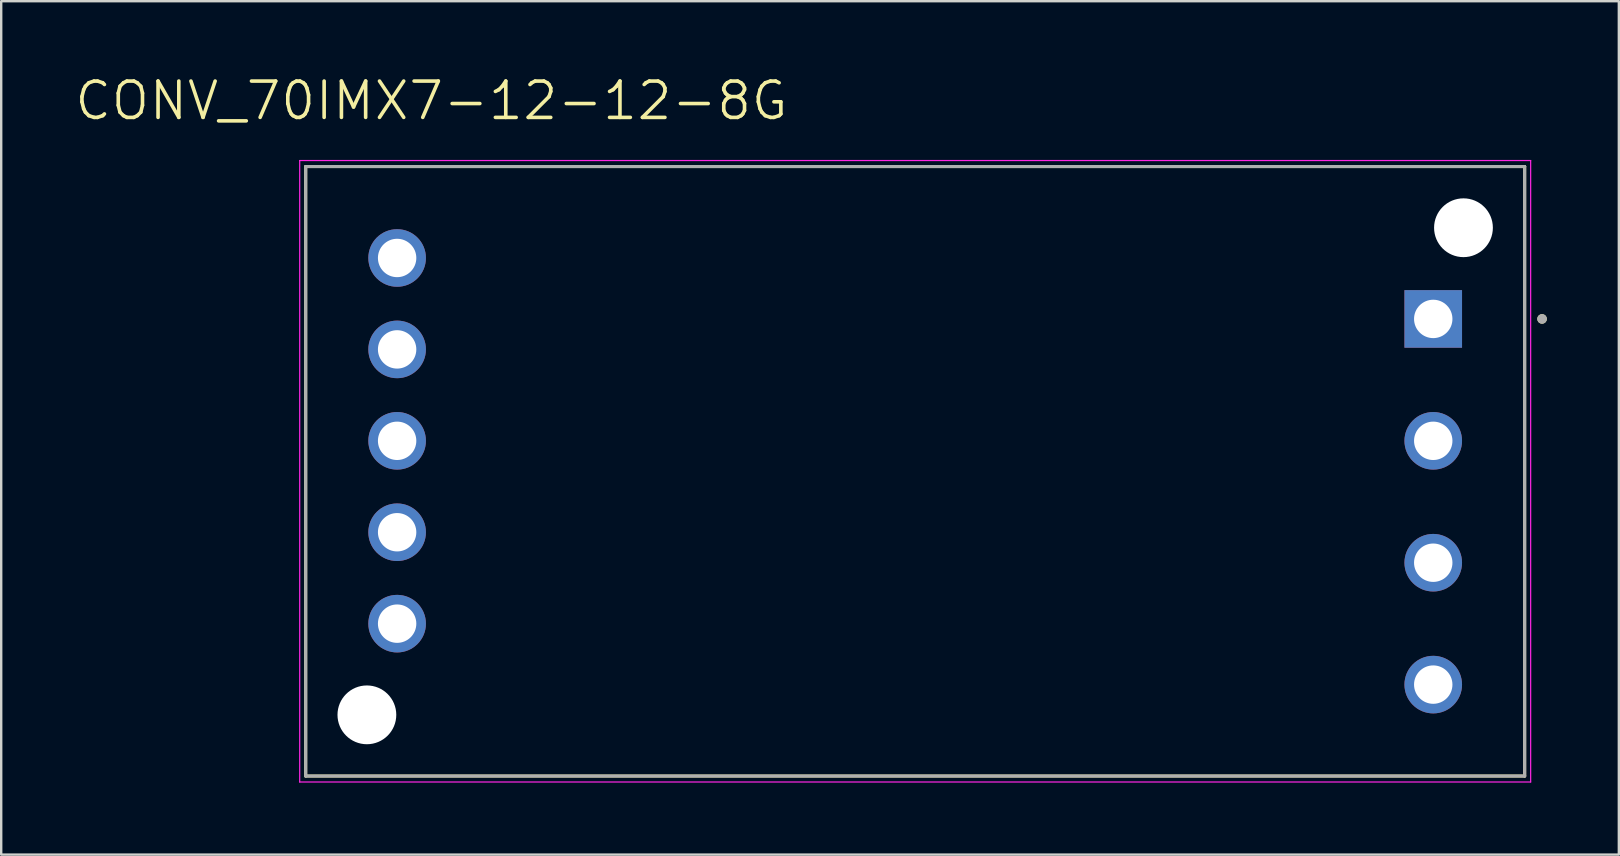
<source format=kicad_pcb>
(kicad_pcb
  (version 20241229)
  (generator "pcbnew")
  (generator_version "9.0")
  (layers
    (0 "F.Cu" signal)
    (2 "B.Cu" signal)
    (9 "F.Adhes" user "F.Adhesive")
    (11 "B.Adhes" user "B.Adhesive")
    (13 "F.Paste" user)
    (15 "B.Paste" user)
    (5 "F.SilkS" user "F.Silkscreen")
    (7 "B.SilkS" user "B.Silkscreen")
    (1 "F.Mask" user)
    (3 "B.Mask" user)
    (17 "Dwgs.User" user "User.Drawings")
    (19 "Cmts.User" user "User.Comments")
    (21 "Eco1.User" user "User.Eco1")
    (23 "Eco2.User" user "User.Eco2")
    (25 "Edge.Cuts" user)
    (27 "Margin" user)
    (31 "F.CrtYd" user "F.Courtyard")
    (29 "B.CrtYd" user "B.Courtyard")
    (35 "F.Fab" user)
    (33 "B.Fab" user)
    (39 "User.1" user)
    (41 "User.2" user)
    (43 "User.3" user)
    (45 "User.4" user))
  (footprint "CONV_70IMX7-12-12-8G"
    (layer "F.Cu")
    (at 35.09 16.591)
    (property "Reference" "CONV_70IMX7-12-12-8G" (at -20.162 -15.442 0) (layer "F.SilkS") (effects (font (size 1.514 1.514) (thickness 0.15))))
    (attr through_hole)
    (fp_line (start -25.4 -12.7) (end -25.4 12.7) (stroke (width 0.127) (type solid)) (layer "F.SilkS"))
    (fp_line (start -25.4 12.7) (end 25.4 12.7) (stroke (width 0.127) (type solid)) (layer "F.SilkS"))
    (fp_line (start 25.4 -12.7) (end -25.4 -12.7) (stroke (width 0.127) (type solid)) (layer "F.SilkS"))
    (fp_line (start 25.4 12.7) (end 25.4 -12.7) (stroke (width 0.127) (type solid)) (layer "F.SilkS"))
    (fp_circle (center 26.125 -6.35) (end 26.225 -6.35) (stroke (width 0.2) (type solid)) (fill no) (layer "F.SilkS"))
    (fp_line (start -25.65 -12.95) (end -25.65 12.95) (stroke (width 0.05) (type solid)) (layer "F.CrtYd"))
    (fp_line (start -25.65 12.95) (end 25.65 12.95) (stroke (width 0.05) (type solid)) (layer "F.CrtYd"))
    (fp_line (start 25.65 -12.95) (end -25.65 -12.95) (stroke (width 0.05) (type solid)) (layer "F.CrtYd"))
    (fp_line (start 25.65 12.95) (end 25.65 -12.95) (stroke (width 0.05) (type solid)) (layer "F.CrtYd"))
    (fp_line (start -25.4 -12.7) (end -25.4 12.7) (stroke (width 0.127) (type solid)) (layer "F.Fab"))
    (fp_line (start -25.4 12.7) (end 25.4 12.7) (stroke (width 0.127) (type solid)) (layer "F.Fab"))
    (fp_line (start 25.4 -12.7) (end -25.4 -12.7) (stroke (width 0.127) (type solid)) (layer "F.Fab"))
    (fp_line (start 25.4 12.7) (end 25.4 -12.7) (stroke (width 0.127) (type solid)) (layer "F.Fab"))
    (fp_circle (center 26.125 -6.35) (end 26.225 -6.35) (stroke (width 0.2) (type solid)) (fill no) (layer "F.Fab"))
    (pad "" np_thru_hole circle (at -22.85 10.15) (size 2.45 2.45) (drill 2.45) (layers "*.Cu" "*.Mask"))
    (pad "" np_thru_hole circle (at 22.85 -10.15) (size 2.45 2.45) (drill 2.45) (layers "*.Cu" "*.Mask"))
    (pad "1" thru_hole rect (at 21.59 -6.35) (size 2.4 2.4) (drill 1.6) (layers "*.Cu" "*.Mask"))
    (pad "2" thru_hole circle (at 21.59 -1.27) (size 2.4 2.4) (drill 1.6) (layers "*.Cu" "*.Mask"))
    (pad "3" thru_hole circle (at 21.59 3.81) (size 2.4 2.4) (drill 1.6) (layers "*.Cu" "*.Mask"))
    (pad "4" thru_hole circle (at 21.59 8.89) (size 2.4 2.4) (drill 1.6) (layers "*.Cu" "*.Mask"))
    (pad "10" thru_hole circle (at -21.59 6.35) (size 2.4 2.4) (drill 1.6) (layers "*.Cu" "*.Mask"))
    (pad "11" thru_hole circle (at -21.59 2.54) (size 2.4 2.4) (drill 1.6) (layers "*.Cu" "*.Mask"))
    (pad "12" thru_hole circle (at -21.59 -1.27) (size 2.4 2.4) (drill 1.6) (layers "*.Cu" "*.Mask"))
    (pad "13" thru_hole circle (at -21.59 -5.08) (size 2.4 2.4) (drill 1.6) (layers "*.Cu" "*.Mask"))
    (pad "14" thru_hole circle (at -21.59 -8.89) (size 2.4 2.4) (drill 1.6) (layers "*.Cu" "*.Mask")))
  (gr_rect
    (start -3 -3)
    (end 64.415 32.566)
    (stroke (width 0.1) (type default))
    (fill no)
    (layer "Edge.Cuts")))
</source>
